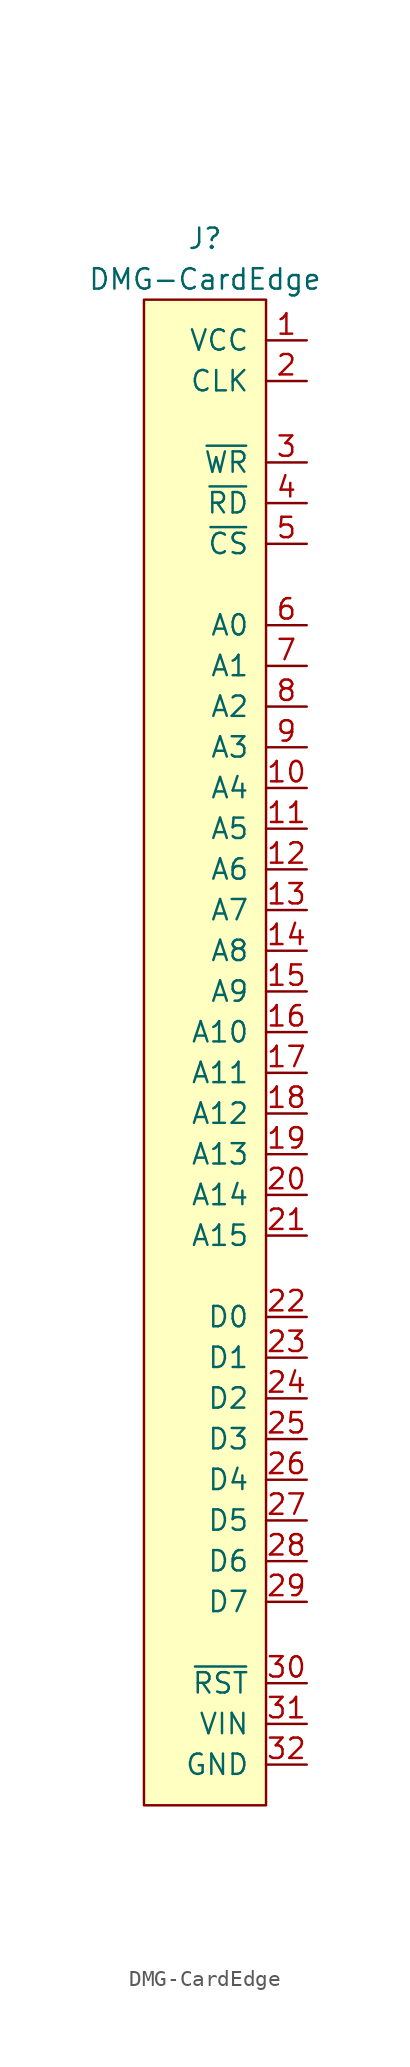
<source format=kicad_sym>
(kicad_symbol_lib
  (version 20211014)
  (generator kicad_symbol_editor)
  (symbol "DMG-CardEdge"
    (pin_names
      (offset 1.016))
    (property "Reference" "J"
      (at 0 50.8 0)
      (effects (font (size 1.27 1.27))))
    (property "Value" "DMG-CardEdge"
      (at 0 48.26 0)
      (effects (font (size 1.27 1.27))))
    (symbol "DMG-CardEdge_0_1"
      (rectangle (start 3.81 46.99) (end -3.81 -46.99) (stroke (width 0) (type default) (color 0 0 0 0)) (fill (type background))))
    (symbol "DMG-CardEdge_1_1"
      (pin power_out line (at 6.35 44.45 180) (length 2.54) (name "VCC" (effects (font (size 1.27 1.27)))) (number "1" (effects (font (size 1.27 1.27)))))
      (pin output line (at 6.35 16.51 180) (length 2.54) (name "A4" (effects (font (size 1.27 1.27)))) (number "10" (effects (font (size 1.27 1.27)))))
      (pin output line (at 6.35 13.97 180) (length 2.54) (name "A5" (effects (font (size 1.27 1.27)))) (number "11" (effects (font (size 1.27 1.27)))))
      (pin output line (at 6.35 11.43 180) (length 2.54) (name "A6" (effects (font (size 1.27 1.27)))) (number "12" (effects (font (size 1.27 1.27)))))
      (pin output line (at 6.35 8.89 180) (length 2.54) (name "A7" (effects (font (size 1.27 1.27)))) (number "13" (effects (font (size 1.27 1.27)))))
      (pin output line (at 6.35 6.35 180) (length 2.54) (name "A8" (effects (font (size 1.27 1.27)))) (number "14" (effects (font (size 1.27 1.27)))))
      (pin output line (at 6.35 3.81 180) (length 2.54) (name "A9" (effects (font (size 1.27 1.27)))) (number "15" (effects (font (size 1.27 1.27)))))
      (pin output line (at 6.35 1.27 180) (length 2.54) (name "A10" (effects (font (size 1.27 1.27)))) (number "16" (effects (font (size 1.27 1.27)))))
      (pin output line (at 6.35 -1.27 180) (length 2.54) (name "A11" (effects (font (size 1.27 1.27)))) (number "17" (effects (font (size 1.27 1.27)))))
      (pin output line (at 6.35 -3.81 180) (length 2.54) (name "A12" (effects (font (size 1.27 1.27)))) (number "18" (effects (font (size 1.27 1.27)))))
      (pin output line (at 6.35 -6.35 180) (length 2.54) (name "A13" (effects (font (size 1.27 1.27)))) (number "19" (effects (font (size 1.27 1.27)))))
      (pin output line (at 6.35 41.91 180) (length 2.54) (name "CLK" (effects (font (size 1.27 1.27)))) (number "2" (effects (font (size 1.27 1.27)))))
      (pin output line (at 6.35 -8.89 180) (length 2.54) (name "A14" (effects (font (size 1.27 1.27)))) (number "20" (effects (font (size 1.27 1.27)))))
      (pin output line (at 6.35 -11.43 180) (length 2.54) (name "A15" (effects (font (size 1.27 1.27)))) (number "21" (effects (font (size 1.27 1.27)))))
      (pin tri_state line (at 6.35 -16.51 180) (length 2.54) (name "D0" (effects (font (size 1.27 1.27)))) (number "22" (effects (font (size 1.27 1.27)))))
      (pin tri_state line (at 6.35 -19.05 180) (length 2.54) (name "D1" (effects (font (size 1.27 1.27)))) (number "23" (effects (font (size 1.27 1.27)))))
      (pin tri_state line (at 6.35 -21.59 180) (length 2.54) (name "D2" (effects (font (size 1.27 1.27)))) (number "24" (effects (font (size 1.27 1.27)))))
      (pin tri_state line (at 6.35 -24.13 180) (length 2.54) (name "D3" (effects (font (size 1.27 1.27)))) (number "25" (effects (font (size 1.27 1.27)))))
      (pin tri_state line (at 6.35 -26.67 180) (length 2.54) (name "D4" (effects (font (size 1.27 1.27)))) (number "26" (effects (font (size 1.27 1.27)))))
      (pin tri_state line (at 6.35 -29.21 180) (length 2.54) (name "D5" (effects (font (size 1.27 1.27)))) (number "27" (effects (font (size 1.27 1.27)))))
      (pin tri_state line (at 6.35 -31.75 180) (length 2.54) (name "D6" (effects (font (size 1.27 1.27)))) (number "28" (effects (font (size 1.27 1.27)))))
      (pin tri_state line (at 6.35 -34.29 180) (length 2.54) (name "D7" (effects (font (size 1.27 1.27)))) (number "29" (effects (font (size 1.27 1.27)))))
      (pin output line (at 6.35 36.83 180) (length 2.54) (name "~{WR}" (effects (font (size 1.27 1.27)))) (number "3" (effects (font (size 1.27 1.27)))))
      (pin input line (at 6.35 -39.37 180) (length 2.54) (name "~{RST}" (effects (font (size 1.27 1.27)))) (number "30" (effects (font (size 1.27 1.27)))))
      (pin input line (at 6.35 -41.91 180) (length 2.54) (name "VIN" (effects (font (size 1.27 1.27)))) (number "31" (effects (font (size 1.27 1.27)))))
      (pin power_out line (at 6.35 -44.45 180) (length 2.54) (name "GND" (effects (font (size 1.27 1.27)))) (number "32" (effects (font (size 1.27 1.27)))))
      (pin output line (at 6.35 34.29 180) (length 2.54) (name "~{RD}" (effects (font (size 1.27 1.27)))) (number "4" (effects (font (size 1.27 1.27)))))
      (pin output line (at 6.35 31.75 180) (length 2.54) (name "~{CS}" (effects (font (size 1.27 1.27)))) (number "5" (effects (font (size 1.27 1.27)))))
      (pin output line (at 6.35 26.67 180) (length 2.54) (name "A0" (effects (font (size 1.27 1.27)))) (number "6" (effects (font (size 1.27 1.27)))))
      (pin output line (at 6.35 24.13 180) (length 2.54) (name "A1" (effects (font (size 1.27 1.27)))) (number "7" (effects (font (size 1.27 1.27)))))
      (pin output line (at 6.35 21.59 180) (length 2.54) (name "A2" (effects (font (size 1.27 1.27)))) (number "8" (effects (font (size 1.27 1.27)))))
      (pin output line (at 6.35 19.05 180) (length 2.54) (name "A3" (effects (font (size 1.27 1.27)))) (number "9" (effects (font (size 1.27 1.27))))))))
</source>
